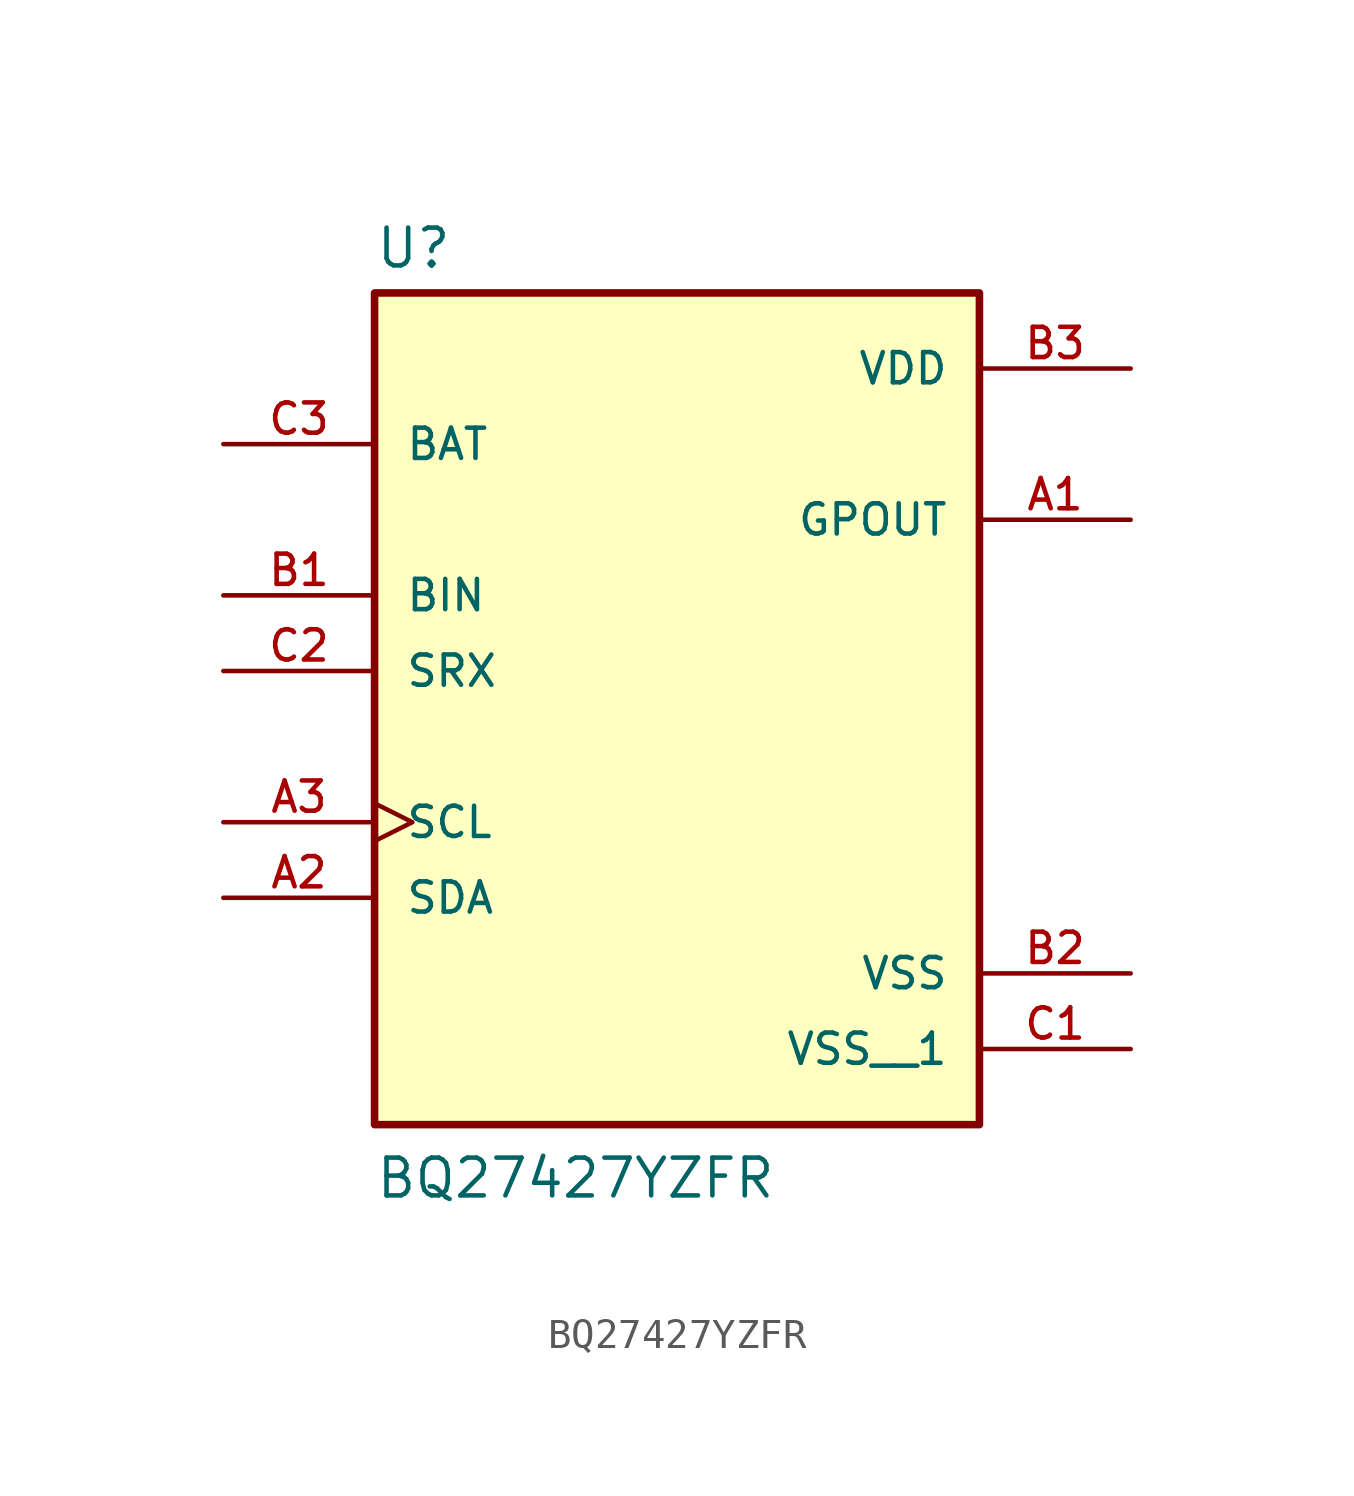
<source format=kicad_sym>
(kicad_symbol_lib
  (version 20241209)
  (generator "kicad_symbol_editor")
  (generator_version "9.0")
  (symbol "BQ27427YZFR"
    (pin_names
      (offset 1.016))
    (property "Reference" "U"
      (at -10.16 13.462 0)
      (effects (font (size 1.27 1.27)) (justify left bottom)))
    (property "Value" "BQ27427YZFR"
      (at -10.16 -17.78 0)
      (effects (font (size 1.27 1.27)) (justify left bottom)))
    (symbol "BQ27427YZFR_0_0"
      (rectangle (start -10.16 -15.24) (end 10.16 12.7) (stroke (width 0.254) (type default)) (fill (type background)))
      (pin input line (at -15.24 2.54 0) (length 5.08) (name "BIN" (effects (font (size 1.016 1.016)))) (number "B1" (effects (font (size 1.016 1.016)))))
      (pin input line (at -15.24 0 0) (length 5.08) (name "SRX" (effects (font (size 1.016 1.016)))) (number "C2" (effects (font (size 1.016 1.016)))))
      (pin bidirectional clock (at -15.24 -5.08 0) (length 5.08) (name "SCL" (effects (font (size 1.016 1.016)))) (number "A3" (effects (font (size 1.016 1.016)))))
      (pin bidirectional line (at -15.24 -7.62 0) (length 5.08) (name "SDA" (effects (font (size 1.016 1.016)))) (number "A2" (effects (font (size 1.016 1.016)))))
      (pin output line (at 15.24 10.16 180) (length 5.08) (name "VDD" (effects (font (size 1.016 1.016)))) (number "B3" (effects (font (size 1.016 1.016)))))
      (pin output line (at 15.24 5.08 180) (length 5.08) (name "GPOUT" (effects (font (size 1.016 1.016)))) (number "A1" (effects (font (size 1.016 1.016)))))
      (pin power_in line (at 15.24 -10.16 180) (length 5.08) (name "VSS" (effects (font (size 1.016 1.016)))) (number "B2" (effects (font (size 1.016 1.016)))))
      (pin power_in line (at 15.24 -12.7 180) (length 5.08) (name "VSS__1" (effects (font (size 1.016 1.016)))) (number "C1" (effects (font (size 1.016 1.016))))))
    (symbol "BQ27427YZFR_1_0"
      (pin power_in line (at -15.24 7.62 0) (length 5.08) (name "BAT" (effects (font (size 1.016 1.016)))) (number "C3" (effects (font (size 1.016 1.016))))))))
</source>
